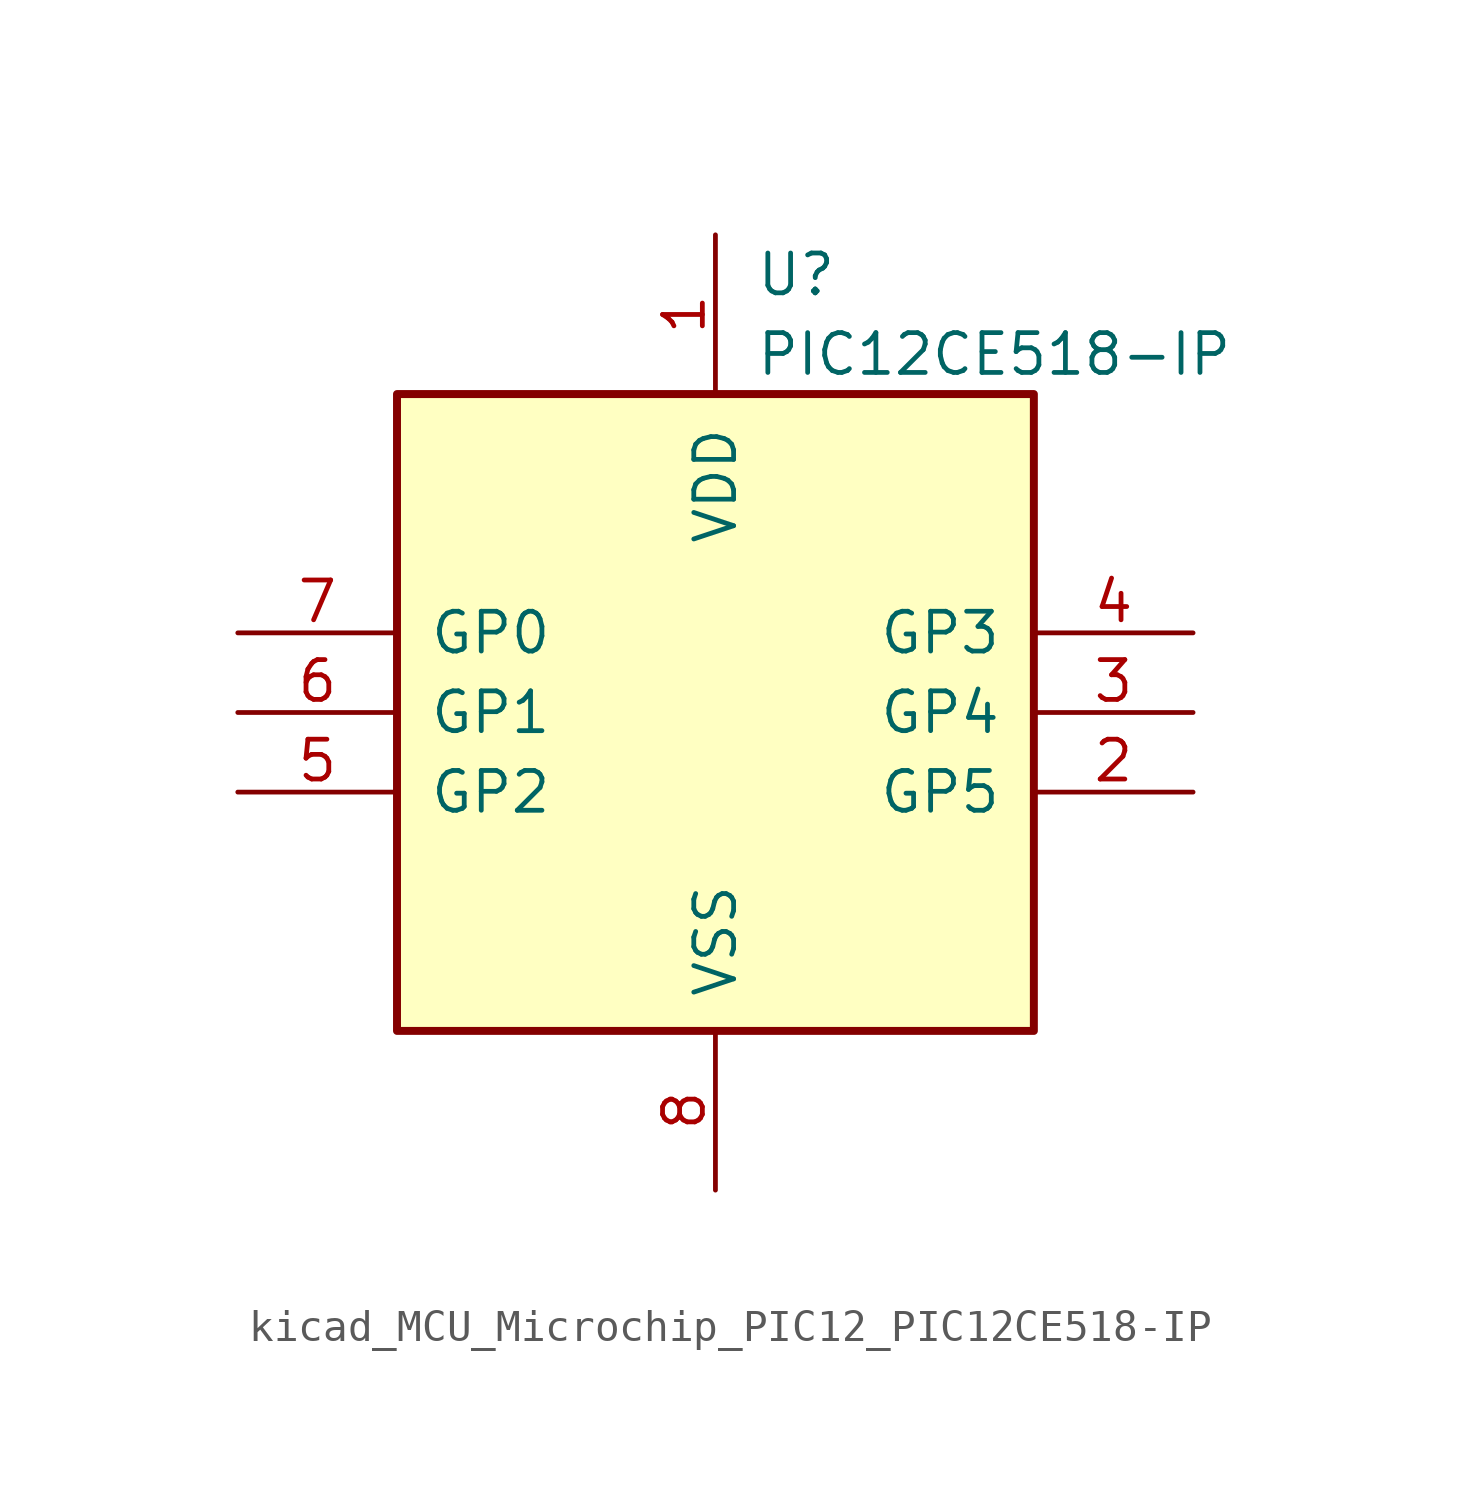
<source format=kicad_sym>
(kicad_symbol_lib
  (version 20220914)
  (generator kicad_symbol_editor)
  (symbol "kicad_MCU_Microchip_PIC12_PIC12CE518-IP"
    (pin_names
      (offset 1.016))
    (property "Reference" "U"
      (at 1.27 13.97 0)
      (effects (font (size 1.27 1.27)) (justify left)))
    (property "Value" "PIC12CE518-IP"
      (at 1.27 11.43 0)
      (effects (font (size 1.27 1.27)) (justify left)))
    (symbol "kicad_MCU_Microchip_PIC12_PIC12CE518-IP_0_1"
      (rectangle (start 10.16 -10.16) (end -10.16 10.16) (stroke (width 0.254) (type default)) (fill (type background))))
    (symbol "kicad_MCU_Microchip_PIC12_PIC12CE518-IP_1_1"
      (pin power_in line (at 0 15.24 270) (length 5.08) (name "VDD" (effects (font (size 1.27 1.27)))) (number "1" (effects (font (size 1.27 1.27)))))
      (pin bidirectional line (at 15.24 -2.54 180) (length 5.08) (name "GP5" (effects (font (size 1.27 1.27)))) (number "2" (effects (font (size 1.27 1.27)))))
      (pin bidirectional line (at 15.24 0 180) (length 5.08) (name "GP4" (effects (font (size 1.27 1.27)))) (number "3" (effects (font (size 1.27 1.27)))))
      (pin input line (at 15.24 2.54 180) (length 5.08) (name "GP3" (effects (font (size 1.27 1.27)))) (number "4" (effects (font (size 1.27 1.27)))))
      (pin bidirectional line (at -15.24 -2.54 0) (length 5.08) (name "GP2" (effects (font (size 1.27 1.27)))) (number "5" (effects (font (size 1.27 1.27)))))
      (pin bidirectional line (at -15.24 0 0) (length 5.08) (name "GP1" (effects (font (size 1.27 1.27)))) (number "6" (effects (font (size 1.27 1.27)))))
      (pin bidirectional line (at -15.24 2.54 0) (length 5.08) (name "GP0" (effects (font (size 1.27 1.27)))) (number "7" (effects (font (size 1.27 1.27)))))
      (pin power_in line (at 0 -15.24 90) (length 5.08) (name "VSS" (effects (font (size 1.27 1.27)))) (number "8" (effects (font (size 1.27 1.27))))))))
</source>
